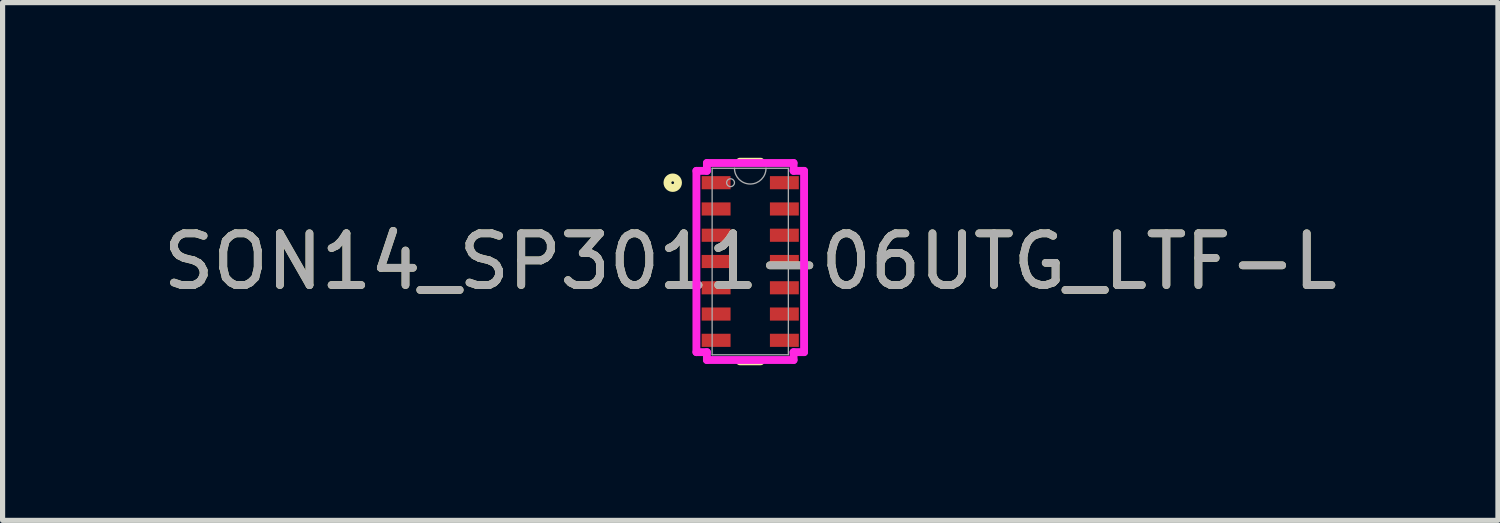
<source format=kicad_pcb>
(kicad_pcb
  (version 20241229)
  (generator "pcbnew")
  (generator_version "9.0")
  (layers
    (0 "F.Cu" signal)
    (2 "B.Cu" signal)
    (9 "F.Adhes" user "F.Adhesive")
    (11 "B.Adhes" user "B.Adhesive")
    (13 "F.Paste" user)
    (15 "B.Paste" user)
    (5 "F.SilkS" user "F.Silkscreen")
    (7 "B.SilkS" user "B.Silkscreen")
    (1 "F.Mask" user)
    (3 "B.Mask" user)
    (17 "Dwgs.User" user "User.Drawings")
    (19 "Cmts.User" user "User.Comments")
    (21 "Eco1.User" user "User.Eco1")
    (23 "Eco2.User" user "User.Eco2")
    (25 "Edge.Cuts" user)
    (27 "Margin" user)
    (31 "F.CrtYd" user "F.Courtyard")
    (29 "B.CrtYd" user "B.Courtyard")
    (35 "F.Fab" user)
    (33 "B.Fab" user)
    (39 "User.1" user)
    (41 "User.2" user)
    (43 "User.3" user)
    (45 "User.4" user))
  (footprint "SON14_SP3011-06UTG_LTF-L"
    (layer "F.Cu")
    (at 11.458 2.007)
    (property "Reference" "SON14_SP3011-06UTG_LTF-L" (at 0 0 0) (unlocked yes) (layer "F.SilkS") (effects (font (size 1 1) (thickness 0.15))))
    (attr smd)
    (fp_line (start -0.2 1.93) (end 0.2 1.93) (stroke (width 0.152) (type solid)) (layer "F.SilkS"))
    (fp_line (start 0.2 -1.93) (end -0.2 -1.93) (stroke (width 0.152) (type solid)) (layer "F.SilkS"))
    (fp_circle (center -1.499 -1.524) (end -1.397 -1.524) (stroke (width 0.152) (type solid)) (fill no) (layer "F.SilkS"))
    (fp_line (start -1.041 -1.753) (end -0.838 -1.753) (stroke (width 0.152) (type solid)) (layer "F.CrtYd"))
    (fp_line (start -1.041 1.753) (end -1.041 -1.753) (stroke (width 0.152) (type solid)) (layer "F.CrtYd"))
    (fp_line (start -1.041 1.753) (end -0.838 1.753) (stroke (width 0.152) (type solid)) (layer "F.CrtYd"))
    (fp_line (start -0.838 -1.905) (end 0.838 -1.905) (stroke (width 0.152) (type solid)) (layer "F.CrtYd"))
    (fp_line (start -0.838 -1.753) (end -0.838 -1.905) (stroke (width 0.152) (type solid)) (layer "F.CrtYd"))
    (fp_line (start -0.838 1.905) (end -0.838 1.753) (stroke (width 0.152) (type solid)) (layer "F.CrtYd"))
    (fp_line (start 0.838 -1.905) (end 0.838 -1.753) (stroke (width 0.152) (type solid)) (layer "F.CrtYd"))
    (fp_line (start 0.838 1.753) (end 0.838 1.905) (stroke (width 0.152) (type solid)) (layer "F.CrtYd"))
    (fp_line (start 0.838 1.905) (end -0.838 1.905) (stroke (width 0.152) (type solid)) (layer "F.CrtYd"))
    (fp_line (start 1.041 -1.753) (end 0.838 -1.753) (stroke (width 0.152) (type solid)) (layer "F.CrtYd"))
    (fp_line (start 1.041 -1.753) (end 1.041 1.753) (stroke (width 0.152) (type solid)) (layer "F.CrtYd"))
    (fp_line (start 1.041 1.753) (end 0.838 1.753) (stroke (width 0.152) (type solid)) (layer "F.CrtYd"))
    (fp_line (start -0.737 -1.803) (end -0.737 1.803) (stroke (width 0.025) (type solid)) (layer "F.Fab"))
    (fp_line (start -0.737 1.803) (end 0.737 1.803) (stroke (width 0.025) (type solid)) (layer "F.Fab"))
    (fp_line (start 0.737 -1.803) (end -0.737 -1.803) (stroke (width 0.025) (type solid)) (layer "F.Fab"))
    (fp_line (start 0.737 1.803) (end 0.737 -1.803) (stroke (width 0.025) (type solid)) (layer "F.Fab"))
    (fp_arc (start 0.3048 -1.8034) (mid 0 -1.4986) (end -0.3048 -1.8034) (stroke (width 0.0254) (type solid)) (layer "F.Fab"))
    (fp_circle (center -0.381 -1.524) (end -0.305 -1.524) (stroke (width 0.025) (type solid)) (fill no) (layer "F.Fab"))
    (fp_text user "${REFERENCE}" (at 0 0 0) (unlocked yes) (layer "F.Fab") (effects (font (size 1 1) (thickness 0.15))))
    (pad "1" smd rect (at -0.66 -1.524) (size 0.559 0.254) (layers "F.Cu" "F.Mask" "F.Paste"))
    (pad "2" smd rect (at -0.66 -1.016) (size 0.559 0.254) (layers "F.Cu" "F.Mask" "F.Paste"))
    (pad "3" smd rect (at -0.66 -0.508) (size 0.559 0.254) (layers "F.Cu" "F.Mask" "F.Paste"))
    (pad "4" smd rect (at -0.66 0) (size 0.559 0.254) (layers "F.Cu" "F.Mask" "F.Paste"))
    (pad "5" smd rect (at -0.66 0.508) (size 0.559 0.254) (layers "F.Cu" "F.Mask" "F.Paste"))
    (pad "6" smd rect (at -0.66 1.016) (size 0.559 0.254) (layers "F.Cu" "F.Mask" "F.Paste"))
    (pad "7" smd rect (at -0.66 1.524) (size 0.559 0.254) (layers "F.Cu" "F.Mask" "F.Paste"))
    (pad "8" smd rect (at 0.66 1.524) (size 0.559 0.254) (layers "F.Cu" "F.Mask" "F.Paste"))
    (pad "9" smd rect (at 0.66 1.016) (size 0.559 0.254) (layers "F.Cu" "F.Mask" "F.Paste"))
    (pad "10" smd rect (at 0.66 0.508) (size 0.559 0.254) (layers "F.Cu" "F.Mask" "F.Paste"))
    (pad "11" smd rect (at 0.66 0) (size 0.559 0.254) (layers "F.Cu" "F.Mask" "F.Paste"))
    (pad "12" smd rect (at 0.66 -0.508) (size 0.559 0.254) (layers "F.Cu" "F.Mask" "F.Paste"))
    (pad "13" smd rect (at 0.66 -1.016) (size 0.559 0.254) (layers "F.Cu" "F.Mask" "F.Paste"))
    (pad "14" smd rect (at 0.66 -1.524) (size 0.559 0.254) (layers "F.Cu" "F.Mask" "F.Paste")))
  (gr_rect
    (start -3 -3)
    (end 25.917 7.013)
    (stroke (width 0.1) (type default))
    (fill no)
    (layer "Edge.Cuts")))
</source>
